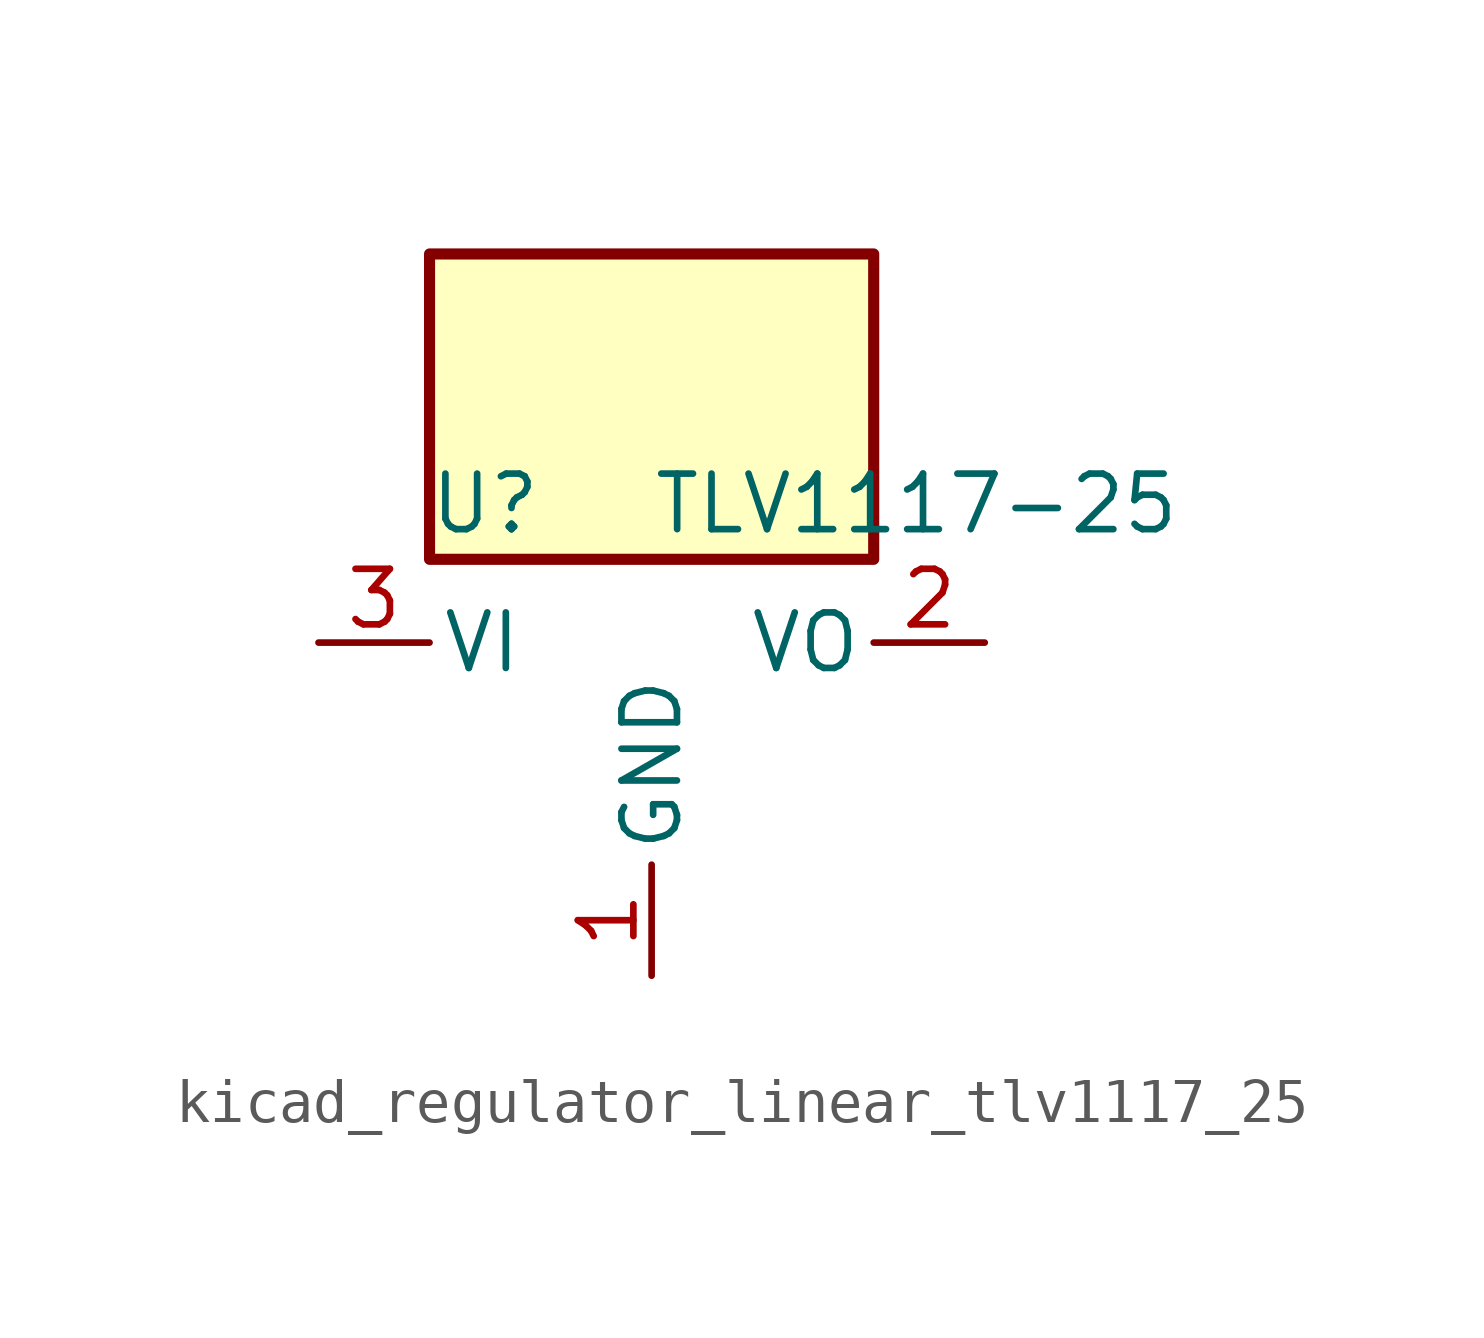
<source format=kicad_sym>
(kicad_symbol_lib
  (version 20220914)
  (generator kicad_symbol_editor)
  (symbol "kicad_regulator_linear_tlv1117_25"
    (pin_names
      (offset 0.254))
    (property "Reference" "U"
      (at -3.81 3.175 0)
      (effects (font (size 1.27 1.27))))
    (property "Value" "TLV1117-25"
      (at 0 3.175 0)
      (effects (font (size 1.27 1.27)) (justify left)))
    (symbol "kicad_regulator_linear_tlv1117_25_0_1"
      (rectangle (start 5.08 8.89) (end -5.08 1.905) (stroke (width 0.254) (type default)) (fill (type background))))
    (symbol "kicad_regulator_linear_tlv1117_25_1_1"
      (pin power_in line (at 0 -7.62 90) (length 2.54) (name "GND" (effects (font (size 1.27 1.27)))) (number "1" (effects (font (size 1.27 1.27)))))
      (pin power_out line (at 7.62 0 180) (length 2.54) (name "VO" (effects (font (size 1.27 1.27)))) (number "2" (effects (font (size 1.27 1.27)))))
      (pin power_in line (at -7.62 0 0) (length 2.54) (name "VI" (effects (font (size 1.27 1.27)))) (number "3" (effects (font (size 1.27 1.27))))))))
</source>
